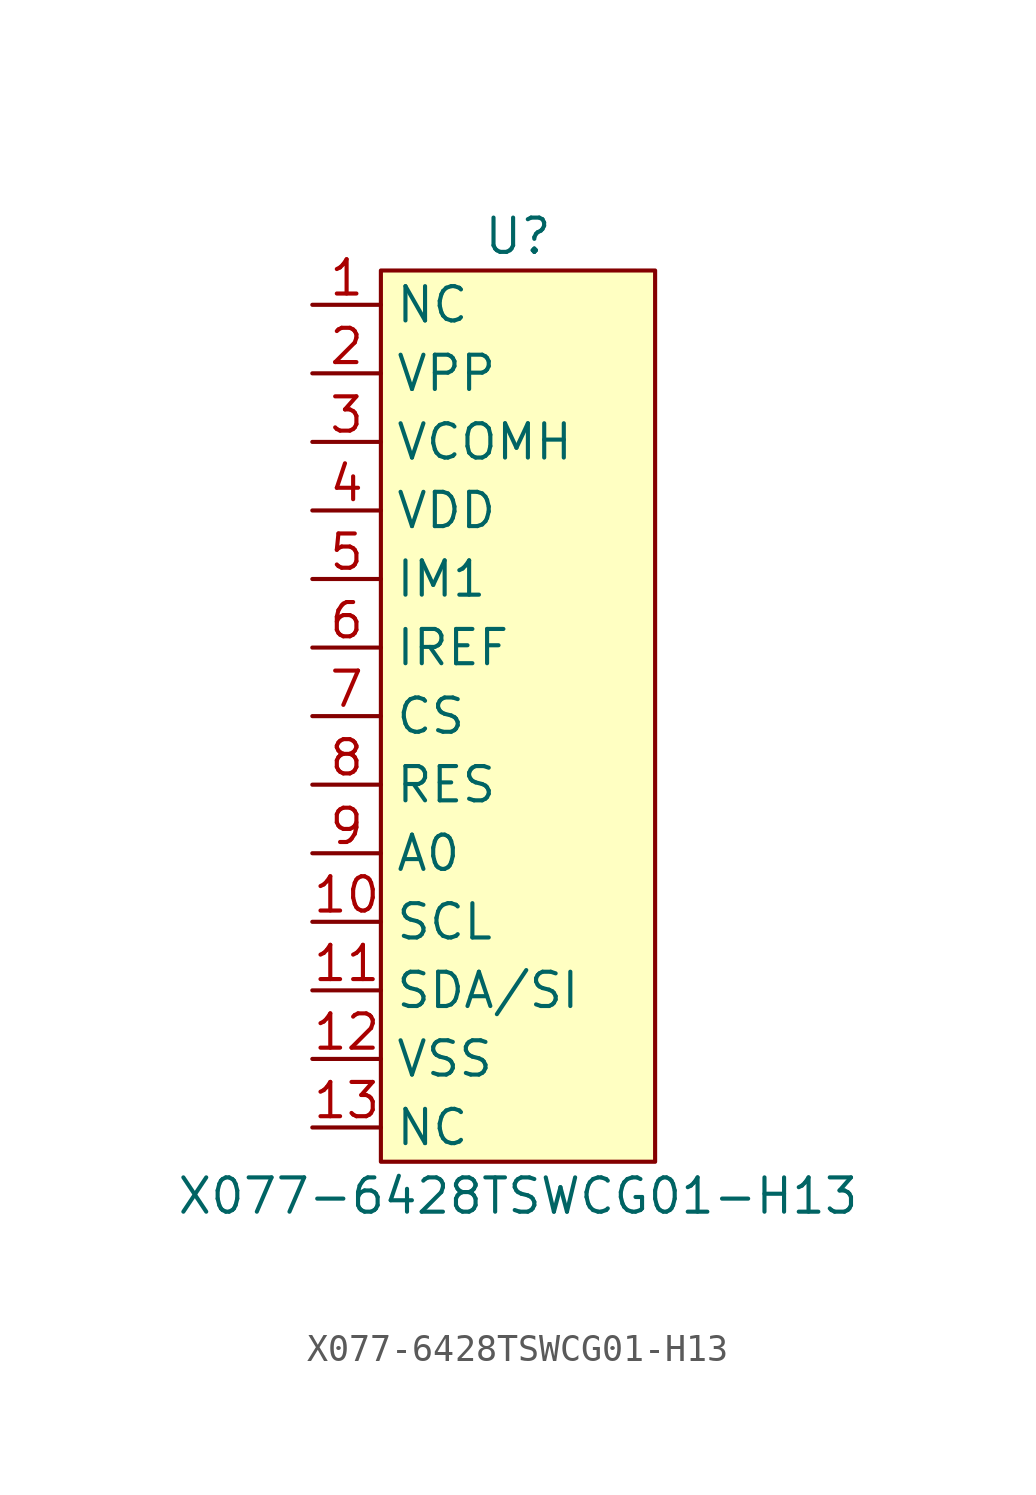
<source format=kicad_sym>
(kicad_symbol_lib
  (version 20211014)
  (generator kicad_symbol_editor)
  (symbol "X077-6428TSWCG01-H13"
    (property "Reference" "U"
      (at 0 17.78 0)
      (effects (font (size 1.27 1.27))))
    (property "Value" "X077-6428TSWCG01-H13"
      (at 0 -17.78 0)
      (effects (font (size 1.27 1.27))))
    (symbol "X077-6428TSWCG01-H13_0_0"
      (pin unspecified line (at -7.62 15.24 0) (length 2.54) (name "NC" (effects (font (size 1.27 1.27)))) (number "1" (effects (font (size 1.27 1.27)))))
      (pin unspecified line (at -7.62 -7.62 0) (length 2.54) (name "SCL" (effects (font (size 1.27 1.27)))) (number "10" (effects (font (size 1.27 1.27)))))
      (pin unspecified line (at -7.62 -10.16 0) (length 2.54) (name "SDA/SI" (effects (font (size 1.27 1.27)))) (number "11" (effects (font (size 1.27 1.27)))))
      (pin unspecified line (at -7.62 -12.7 0) (length 2.54) (name "VSS" (effects (font (size 1.27 1.27)))) (number "12" (effects (font (size 1.27 1.27)))))
      (pin unspecified line (at -7.62 -15.24 0) (length 2.54) (name "NC" (effects (font (size 1.27 1.27)))) (number "13" (effects (font (size 1.27 1.27)))))
      (pin unspecified line (at -7.62 12.7 0) (length 2.54) (name "VPP" (effects (font (size 1.27 1.27)))) (number "2" (effects (font (size 1.27 1.27)))))
      (pin unspecified line (at -7.62 10.16 0) (length 2.54) (name "VCOMH" (effects (font (size 1.27 1.27)))) (number "3" (effects (font (size 1.27 1.27)))))
      (pin unspecified line (at -7.62 7.62 0) (length 2.54) (name "VDD" (effects (font (size 1.27 1.27)))) (number "4" (effects (font (size 1.27 1.27)))))
      (pin unspecified line (at -7.62 5.08 0) (length 2.54) (name "IM1" (effects (font (size 1.27 1.27)))) (number "5" (effects (font (size 1.27 1.27)))))
      (pin unspecified line (at -7.62 2.54 0) (length 2.54) (name "IREF" (effects (font (size 1.27 1.27)))) (number "6" (effects (font (size 1.27 1.27)))))
      (pin unspecified line (at -7.62 0 0) (length 2.54) (name "CS" (effects (font (size 1.27 1.27)))) (number "7" (effects (font (size 1.27 1.27)))))
      (pin unspecified line (at -7.62 -2.54 0) (length 2.54) (name "RES" (effects (font (size 1.27 1.27)))) (number "8" (effects (font (size 1.27 1.27)))))
      (pin unspecified line (at -7.62 -5.08 0) (length 2.54) (name "A0" (effects (font (size 1.27 1.27)))) (number "9" (effects (font (size 1.27 1.27))))))
    (symbol "X077-6428TSWCG01-H13_0_1"
      (rectangle (start -5.08 16.51) (end 5.08 -16.51) (stroke (width 0) (type default) (color 0 0 0 0)) (fill (type background))))))
</source>
